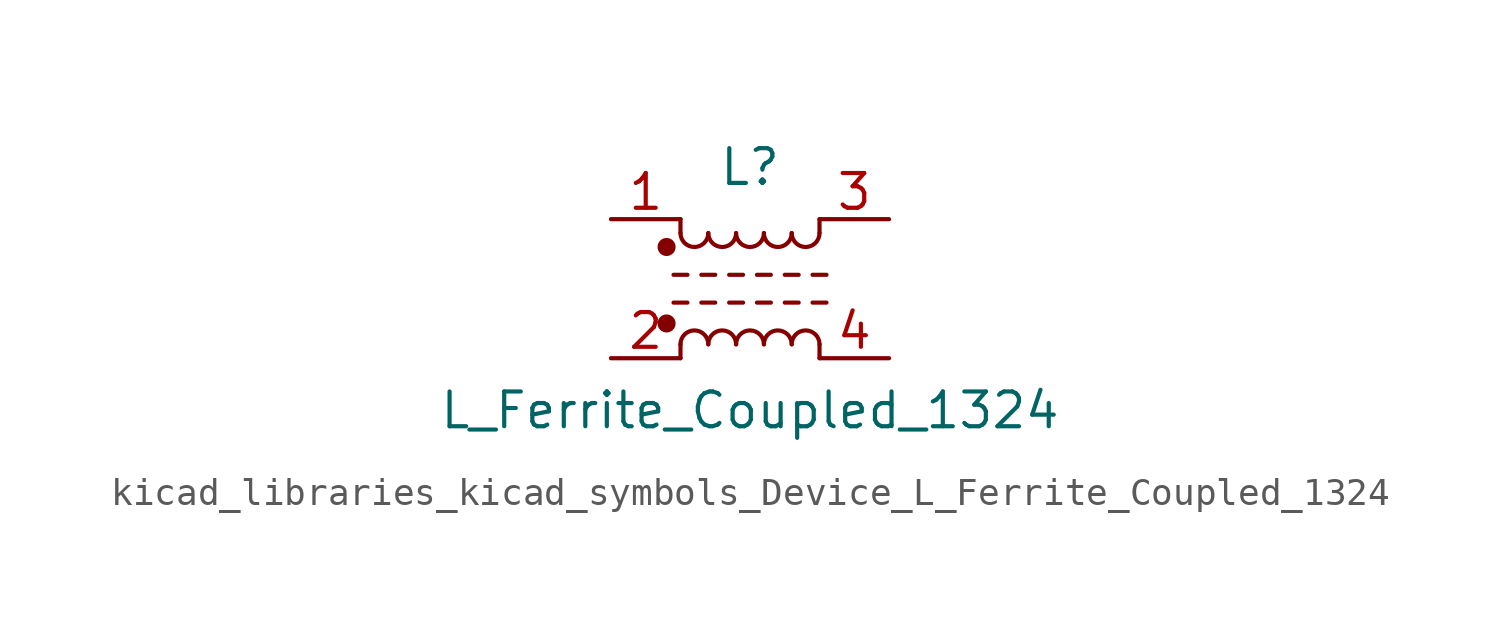
<source format=kicad_sym>
(kicad_symbol_lib
  (version 20220914)
  (generator kicad_symbol_editor)
  (symbol "kicad_libraries_kicad_symbols_Device_L_Ferrite_Coupled_1324"
    (pin_names
      (offset 0.254) hide)
    (property "Reference" "L"
      (at 0 4.445 0)
      (effects (font (size 1.27 1.27))))
    (property "Value" "L_Ferrite_Coupled_1324"
      (at 0 -4.445 0)
      (effects (font (size 1.27 1.27))))
    (symbol "kicad_libraries_kicad_symbols_Device_L_Ferrite_Coupled_1324_0_1"
      (circle (center -3.048 -1.27) (radius 0.254) (stroke (width 0) (type default)) (fill (type outline)))
      (circle (center -3.048 1.524) (radius 0.254) (stroke (width 0) (type default)) (fill (type outline)))
      (arc (start -2.54 2.032) (mid -2.032 1.5262) (end -1.524 2.032) (stroke (width 0) (type default)) (fill (type none)))
      (arc (start -1.524 -2.032) (mid -2.032 -1.5262) (end -2.54 -2.032) (stroke (width 0) (type default)) (fill (type none)))
      (arc (start -1.524 2.032) (mid -1.016 1.5262) (end -0.508 2.032) (stroke (width 0) (type default)) (fill (type none)))
      (arc (start -0.508 -2.032) (mid -1.016 -1.5262) (end -1.524 -2.032) (stroke (width 0) (type default)) (fill (type none)))
      (arc (start -0.508 2.032) (mid 0 1.5262) (end 0.508 2.032) (stroke (width 0) (type default)) (fill (type none)))
      (polyline (pts (xy -2.794 -0.508) (xy -2.286 -0.508)) (stroke (width 0) (type default)) (fill (type none)))
      (polyline (pts (xy -2.794 0.508) (xy -2.286 0.508)) (stroke (width 0) (type default)) (fill (type none)))
      (polyline (pts (xy -2.54 -2.032) (xy -2.54 -2.54)) (stroke (width 0) (type default)) (fill (type none)))
      (polyline (pts (xy -2.54 2.032) (xy -2.54 2.54)) (stroke (width 0) (type default)) (fill (type none)))
      (polyline (pts (xy -1.778 -0.508) (xy -1.27 -0.508)) (stroke (width 0) (type default)) (fill (type none)))
      (polyline (pts (xy -1.778 0.508) (xy -1.27 0.508)) (stroke (width 0) (type default)) (fill (type none)))
      (polyline (pts (xy -0.762 -0.508) (xy -0.254 -0.508)) (stroke (width 0) (type default)) (fill (type none)))
      (polyline (pts (xy -0.762 0.508) (xy -0.254 0.508)) (stroke (width 0) (type default)) (fill (type none)))
      (polyline (pts (xy 0.254 -0.508) (xy 0.762 -0.508)) (stroke (width 0) (type default)) (fill (type none)))
      (polyline (pts (xy 0.254 0.508) (xy 0.762 0.508)) (stroke (width 0) (type default)) (fill (type none)))
      (polyline (pts (xy 1.27 -0.508) (xy 1.778 -0.508)) (stroke (width 0) (type default)) (fill (type none)))
      (polyline (pts (xy 1.27 0.508) (xy 1.778 0.508)) (stroke (width 0) (type default)) (fill (type none)))
      (polyline (pts (xy 2.286 -0.508) (xy 2.794 -0.508)) (stroke (width 0) (type default)) (fill (type none)))
      (polyline (pts (xy 2.286 0.508) (xy 2.794 0.508)) (stroke (width 0) (type default)) (fill (type none)))
      (polyline (pts (xy 2.54 -2.032) (xy 2.54 -2.54)) (stroke (width 0) (type default)) (fill (type none)))
      (polyline (pts (xy 2.54 2.54) (xy 2.54 2.032)) (stroke (width 0) (type default)) (fill (type none)))
      (arc (start 0.508 -2.032) (mid 0 -1.5262) (end -0.508 -2.032) (stroke (width 0) (type default)) (fill (type none)))
      (arc (start 0.508 2.032) (mid 1.016 1.5262) (end 1.524 2.032) (stroke (width 0) (type default)) (fill (type none)))
      (arc (start 1.524 -2.032) (mid 1.016 -1.5262) (end 0.508 -2.032) (stroke (width 0) (type default)) (fill (type none)))
      (arc (start 1.524 2.032) (mid 2.032 1.5262) (end 2.54 2.032) (stroke (width 0) (type default)) (fill (type none)))
      (arc (start 2.54 -2.032) (mid 2.032 -1.5262) (end 1.524 -2.032) (stroke (width 0) (type default)) (fill (type none))))
    (symbol "kicad_libraries_kicad_symbols_Device_L_Ferrite_Coupled_1324_1_1"
      (pin passive line (at -5.08 2.54 0) (length 2.54) (name "1" (effects (font (size 1.27 1.27)))) (number "1" (effects (font (size 1.27 1.27)))))
      (pin passive line (at -5.08 -2.54 0) (length 2.54) (name "2" (effects (font (size 1.27 1.27)))) (number "2" (effects (font (size 1.27 1.27)))))
      (pin passive line (at 5.08 2.54 180) (length 2.54) (name "3" (effects (font (size 1.27 1.27)))) (number "3" (effects (font (size 1.27 1.27)))))
      (pin passive line (at 5.08 -2.54 180) (length 2.54) (name "4" (effects (font (size 1.27 1.27)))) (number "4" (effects (font (size 1.27 1.27))))))))
</source>
